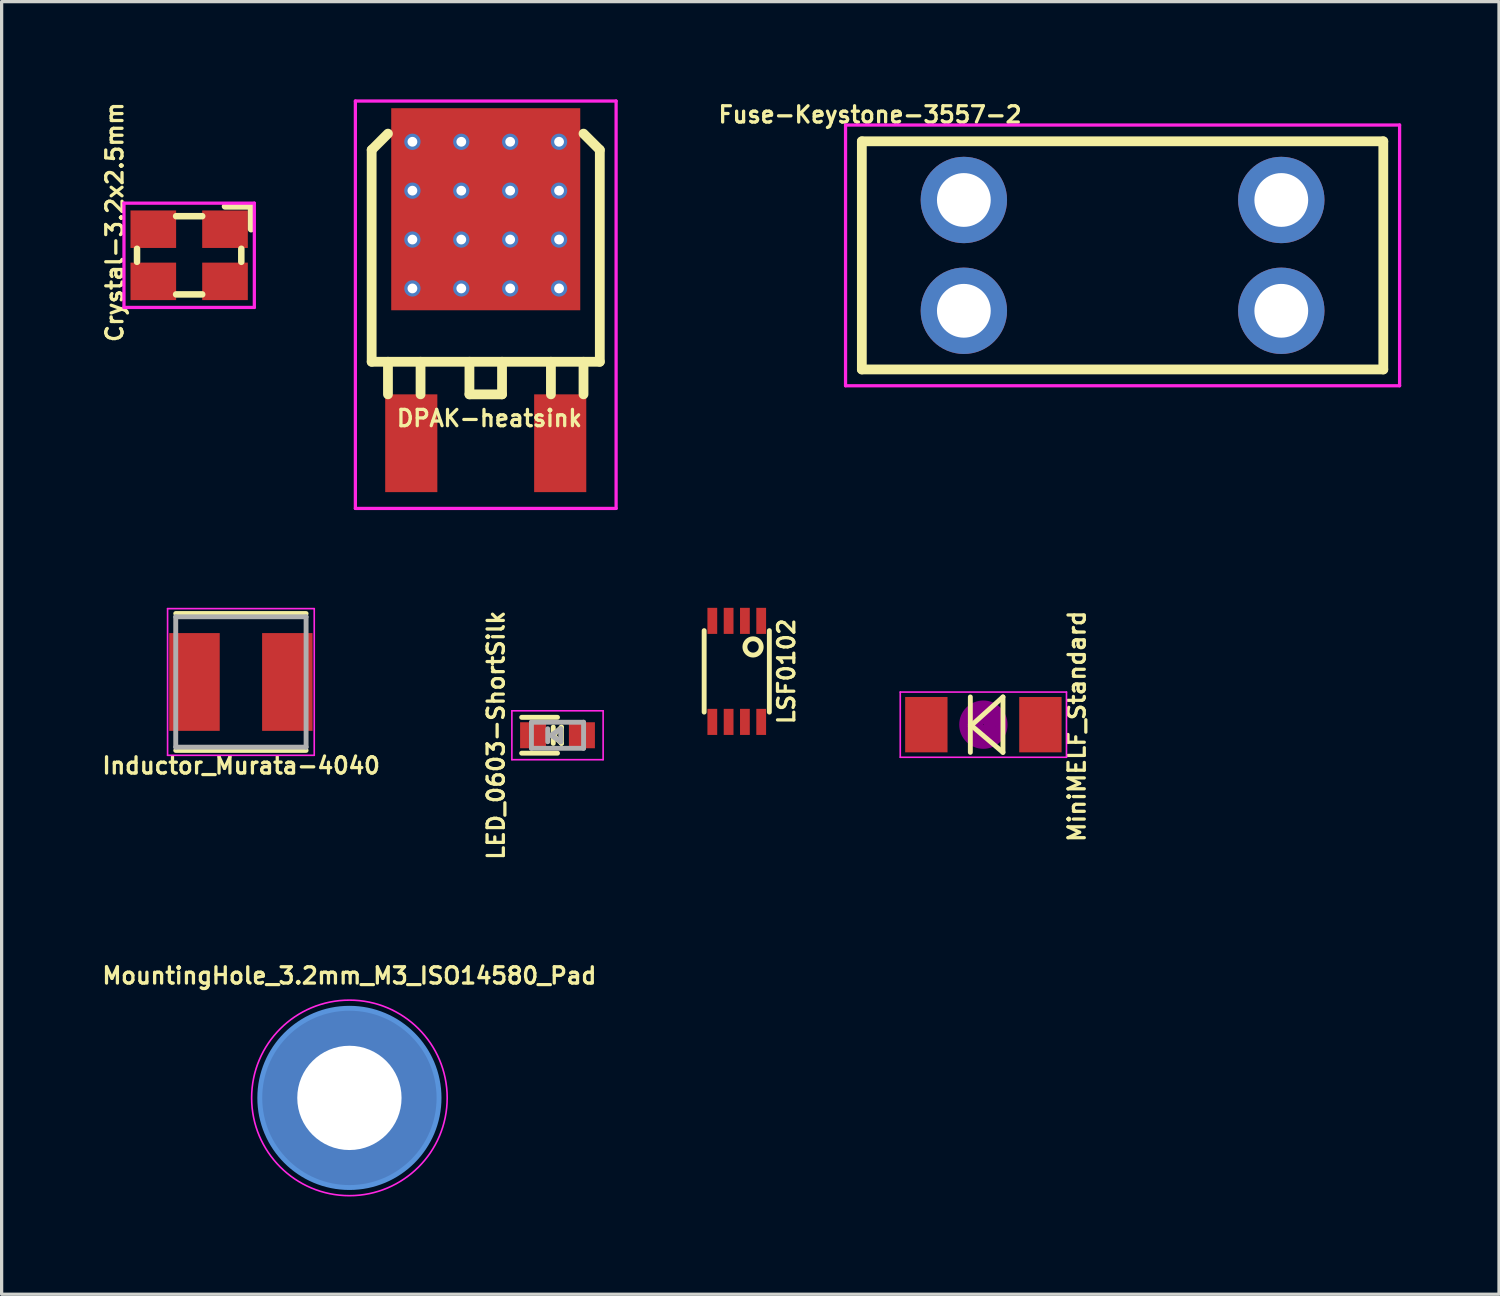
<source format=kicad_pcb>
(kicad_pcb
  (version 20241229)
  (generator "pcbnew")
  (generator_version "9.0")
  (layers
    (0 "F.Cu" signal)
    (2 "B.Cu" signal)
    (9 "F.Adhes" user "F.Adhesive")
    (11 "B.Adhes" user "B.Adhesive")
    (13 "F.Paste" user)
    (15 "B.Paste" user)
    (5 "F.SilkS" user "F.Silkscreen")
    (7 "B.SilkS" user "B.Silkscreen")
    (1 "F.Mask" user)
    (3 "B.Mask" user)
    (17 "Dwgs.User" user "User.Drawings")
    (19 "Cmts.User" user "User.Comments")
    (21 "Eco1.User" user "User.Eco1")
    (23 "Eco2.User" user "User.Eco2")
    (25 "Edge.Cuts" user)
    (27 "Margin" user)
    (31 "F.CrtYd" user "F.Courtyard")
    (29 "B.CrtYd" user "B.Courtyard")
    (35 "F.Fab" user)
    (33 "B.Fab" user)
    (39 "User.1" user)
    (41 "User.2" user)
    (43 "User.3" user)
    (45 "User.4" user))
  (footprint "MiniMELF_Standard"
    (layer "F.Cu")
    (at 27.123 19.185)
    (property "Reference" "MiniMELF_Standard" (at 2.87 0.051 90) (layer "F.SilkS") (effects (font (size 0.5 0.5) (thickness 0.1))))
    (attr smd)
    (fp_line (start -0.4 -0.85) (end -0.4 0.85) (stroke (width 0.15) (type solid)) (layer "F.SilkS"))
    (fp_line (start -0.4 0.051) (end 0.601 -0.85) (stroke (width 0.15) (type solid)) (layer "F.SilkS"))
    (fp_line (start 0.601 -0.85) (end 0.601 0.85) (stroke (width 0.15) (type solid)) (layer "F.SilkS"))
    (fp_line (start 0.601 0.85) (end -0.4 0) (stroke (width 0.15) (type solid)) (layer "F.SilkS"))
    (fp_circle (center 0 0) (end 0 0.201) (stroke (width 0.381) (type solid)) (fill no) (layer "F.Adhes"))
    (fp_circle (center 0 0) (end 0 0.551) (stroke (width 0.381) (type solid)) (fill no) (layer "F.Adhes"))
    (fp_line (start -2.55 -1) (end 2.55 -1) (stroke (width 0.05) (type solid)) (layer "F.CrtYd"))
    (fp_line (start -2.55 1) (end -2.55 -1) (stroke (width 0.05) (type solid)) (layer "F.CrtYd"))
    (fp_line (start 2.55 -1) (end 2.55 1) (stroke (width 0.05) (type solid)) (layer "F.CrtYd"))
    (fp_line (start 2.55 1) (end -2.55 1) (stroke (width 0.05) (type solid)) (layer "F.CrtYd"))
    (pad "1" smd rect (at -1.75 0) (size 1.3 1.699) (layers "F.Cu" "F.Mask" "F.Paste"))
    (pad "2" smd rect (at 1.75 0) (size 1.3 1.699) (layers "F.Cu" "F.Mask" "F.Paste")))
  (footprint "DPAK-heatsink"
    (layer "F.Cu")
    (at 11.854 10.55)
    (property "Reference" "DPAK-heatsink" (at 0.113 -0.765 180) (layer "F.SilkS") (effects (font (size 0.5 0.5) (thickness 0.1))))
    (attr smd)
    (fp_line (start -3.5 -9) (end -3 -9.5) (stroke (width 0.3) (type solid)) (layer "F.SilkS"))
    (fp_line (start -3.5 -2.5) (end -3.5 -9) (stroke (width 0.3) (type solid)) (layer "F.SilkS"))
    (fp_line (start -3 -2.5) (end -3 -1.5) (stroke (width 0.3) (type solid)) (layer "F.SilkS"))
    (fp_line (start -2 -2.5) (end -2 -1.5) (stroke (width 0.3) (type solid)) (layer "F.SilkS"))
    (fp_line (start -0.5 -2.5) (end -0.5 -1.5) (stroke (width 0.3) (type solid)) (layer "F.SilkS"))
    (fp_line (start -0.5 -1.5) (end 0.5 -1.5) (stroke (width 0.3) (type solid)) (layer "F.SilkS"))
    (fp_line (start 0.5 -1.5) (end 0.5 -2.5) (stroke (width 0.3) (type solid)) (layer "F.SilkS"))
    (fp_line (start 2 -2.5) (end 2 -1.5) (stroke (width 0.3) (type solid)) (layer "F.SilkS"))
    (fp_line (start 3 -9.5) (end 3.5 -9) (stroke (width 0.3) (type solid)) (layer "F.SilkS"))
    (fp_line (start 3 -2.5) (end 3 -1.5) (stroke (width 0.3) (type solid)) (layer "F.SilkS"))
    (fp_line (start 3.5 -9) (end 3.5 -2.5) (stroke (width 0.3) (type solid)) (layer "F.SilkS"))
    (fp_line (start 3.5 -2.5) (end -3.5 -2.5) (stroke (width 0.3) (type solid)) (layer "F.SilkS"))
    (fp_line (start -4 -10.5) (end 4 -10.5) (stroke (width 0.1) (type solid)) (layer "F.CrtYd"))
    (fp_line (start -4 2) (end -4 -10.5) (stroke (width 0.1) (type solid)) (layer "F.CrtYd"))
    (fp_line (start 4 -10.5) (end 4 2) (stroke (width 0.1) (type solid)) (layer "F.CrtYd"))
    (fp_line (start 4 2) (end -4 2) (stroke (width 0.1) (type solid)) (layer "F.CrtYd"))
    (pad "1" smd rect (at -2.285 0) (size 1.6 3) (layers "F.Cu" "F.Mask" "F.Paste"))
    (pad "2" thru_hole circle (at -2.25 -9.25) (size 0.5 0.5) (drill 0.3) (layers "*.Cu" "*.Mask"))
    (pad "2" thru_hole circle (at -2.25 -7.75) (size 0.5 0.5) (drill 0.3) (layers "*.Cu" "*.Mask"))
    (pad "2" thru_hole circle (at -2.25 -6.25) (size 0.5 0.5) (drill 0.3) (layers "*.Cu" "*.Mask"))
    (pad "2" thru_hole circle (at -2.25 -4.75) (size 0.5 0.5) (drill 0.3) (layers "*.Cu" "*.Mask"))
    (pad "2" thru_hole circle (at -0.75 -9.25) (size 0.5 0.5) (drill 0.3) (layers "*.Cu" "*.Mask"))
    (pad "2" thru_hole circle (at -0.75 -7.75) (size 0.5 0.5) (drill 0.3) (layers "*.Cu" "*.Mask"))
    (pad "2" thru_hole circle (at -0.75 -6.25) (size 0.5 0.5) (drill 0.3) (layers "*.Cu" "*.Mask"))
    (pad "2" thru_hole circle (at -0.75 -4.75) (size 0.5 0.5) (drill 0.3) (layers "*.Cu" "*.Mask"))
    (pad "2" smd rect (at 0 -7.18) (size 5.8 6.2) (layers "F.Cu" "F.Mask" "F.Paste"))
    (pad "2" thru_hole circle (at 0.75 -9.25) (size 0.5 0.5) (drill 0.3) (layers "*.Cu" "*.Mask"))
    (pad "2" thru_hole circle (at 0.75 -7.75) (size 0.5 0.5) (drill 0.3) (layers "*.Cu" "*.Mask"))
    (pad "2" thru_hole circle (at 0.75 -6.25) (size 0.5 0.5) (drill 0.3) (layers "*.Cu" "*.Mask"))
    (pad "2" thru_hole circle (at 0.75 -4.75) (size 0.5 0.5) (drill 0.3) (layers "*.Cu" "*.Mask"))
    (pad "2" thru_hole circle (at 2.25 -9.25) (size 0.5 0.5) (drill 0.3) (layers "*.Cu" "*.Mask"))
    (pad "2" thru_hole circle (at 2.25 -7.75) (size 0.5 0.5) (drill 0.3) (layers "*.Cu" "*.Mask"))
    (pad "2" thru_hole circle (at 2.25 -6.25) (size 0.5 0.5) (drill 0.3) (layers "*.Cu" "*.Mask"))
    (pad "2" thru_hole circle (at 2.25 -4.75) (size 0.5 0.5) (drill 0.3) (layers "*.Cu" "*.Mask"))
    (pad "3" smd rect (at 2.285 0) (size 1.6 3) (layers "F.Cu" "F.Mask" "F.Paste")))
  (footprint "Inductor_Murata-4040"
    (layer "F.Cu")
    (at 4.342 17.875)
    (property "Reference" "Inductor_Murata-4040" (at 0.008 2.568 0) (layer "F.SilkS") (effects (font (size 0.5 0.5) (thickness 0.1))))
    (attr smd)
    (fp_line (start -2 -2.1) (end 2 -2.1) (stroke (width 0.15) (type solid)) (layer "F.SilkS"))
    (fp_line (start -2 2.1) (end 2 2.1) (stroke (width 0.15) (type solid)) (layer "F.SilkS"))
    (fp_line (start -2.25 -2.25) (end -2.25 2.25) (stroke (width 0.05) (type solid)) (layer "F.CrtYd"))
    (fp_line (start -2.25 2.25) (end 2.25 2.25) (stroke (width 0.05) (type solid)) (layer "F.CrtYd"))
    (fp_line (start 2.25 -2.25) (end -2.25 -2.25) (stroke (width 0.05) (type solid)) (layer "F.CrtYd"))
    (fp_line (start 2.25 2.25) (end 2.25 -2.25) (stroke (width 0.05) (type solid)) (layer "F.CrtYd"))
    (fp_line (start -2 -2) (end -2 2) (stroke (width 0.15) (type solid)) (layer "F.Fab"))
    (fp_line (start -2 2) (end 2 2) (stroke (width 0.15) (type solid)) (layer "F.Fab"))
    (fp_line (start 2 -2) (end -2 -2) (stroke (width 0.15) (type solid)) (layer "F.Fab"))
    (fp_line (start 2 2) (end 2 -2) (stroke (width 0.15) (type solid)) (layer "F.Fab"))
    (pad "1" smd rect (at -1.425 0) (size 1.55 3) (layers "F.Cu" "F.Mask" "F.Paste"))
    (pad "2" smd rect (at 1.425 0) (size 1.55 3) (layers "F.Cu" "F.Mask" "F.Paste")))
  (footprint "LSF0102"
    (layer "F.Cu")
    (at 19.556 17.55)
    (property "Reference" "LSF0102" (at 1.524 0 270) (layer "F.SilkS") (effects (font (size 0.5 0.5) (thickness 0.1))))
    (attr smd)
    (fp_line (start -1 1.25) (end -1 -1.25) (stroke (width 0.15) (type solid)) (layer "F.SilkS"))
    (fp_line (start 1 -1.25) (end 1 1.25) (stroke (width 0.15) (type solid)) (layer "F.SilkS"))
    (fp_circle (center 0.5 -0.75) (end 0.25 -0.75) (stroke (width 0.15) (type solid)) (fill no) (layer "F.SilkS"))
    (pad "1" smd rect (at 0.75 -1.55 180) (size 0.3 0.8) (layers "F.Cu" "F.Mask" "F.Paste"))
    (pad "2" smd rect (at 0.25 -1.55 180) (size 0.3 0.8) (layers "F.Cu" "F.Mask" "F.Paste"))
    (pad "3" smd rect (at -0.25 -1.55 180) (size 0.3 0.8) (layers "F.Cu" "F.Mask" "F.Paste"))
    (pad "4" smd rect (at -0.75 -1.55 180) (size 0.3 0.8) (layers "F.Cu" "F.Mask" "F.Paste"))
    (pad "5" smd rect (at -0.75 1.55 180) (size 0.3 0.8) (layers "F.Cu" "F.Mask" "F.Paste"))
    (pad "6" smd rect (at -0.25 1.55 180) (size 0.3 0.8) (layers "F.Cu" "F.Mask" "F.Paste"))
    (pad "7" smd rect (at 0.25 1.55 180) (size 0.3 0.8) (layers "F.Cu" "F.Mask" "F.Paste"))
    (pad "8" smd rect (at 0.75 1.55 180) (size 0.3 0.8) (layers "F.Cu" "F.Mask" "F.Paste")))
  (footprint "MountingHole_3.2mm_M3_ISO14580_Pad"
    (layer "F.Cu")
    (at 7.671 30.637)
    (property "Reference" "MountingHole_3.2mm_M3_ISO14580_Pad" (at 0 -3.75 0) (layer "F.SilkS") (effects (font (size 0.5 0.5) (thickness 0.1))))
    (attr through_hole)
    (fp_circle (center 0 0) (end 2.75 0) (stroke (width 0.15) (type solid)) (fill no) (layer "Cmts.User"))
    (fp_circle (center 0 0) (end 3 0) (stroke (width 0.05) (type solid)) (fill no) (layer "F.CrtYd"))
    (pad "1" thru_hole circle (at 0 0) (size 5.5 5.5) (drill 3.2) (layers "*.Cu" "*.Mask")))
  (footprint "Crystal-3.2x2.5mm"
    (layer "F.Cu")
    (at 2.754 4.783)
    (property "Reference" "Crystal-3.2x2.5mm" (at -2.286 -1.016 90) (layer "F.SilkS") (effects (font (size 0.5 0.5) (thickness 0.1))))
    (attr smd)
    (fp_line (start -1.6 -0.2) (end -1.6 0.2) (stroke (width 0.2) (type solid)) (layer "F.SilkS"))
    (fp_line (start -0.4 -1.2) (end 0.4 -1.2) (stroke (width 0.2) (type solid)) (layer "F.SilkS"))
    (fp_line (start 0.4 1.2) (end -0.4 1.2) (stroke (width 0.2) (type solid)) (layer "F.SilkS"))
    (fp_line (start 1.1 -1.5) (end 1.9 -1.5) (stroke (width 0.2) (type solid)) (layer "F.SilkS"))
    (fp_line (start 1.6 -0.2) (end 1.6 0.2) (stroke (width 0.2) (type solid)) (layer "F.SilkS"))
    (fp_line (start 1.9 -1.5) (end 1.9 -0.8) (stroke (width 0.2) (type solid)) (layer "F.SilkS"))
    (fp_line (start -2 -1.6) (end 2 -1.6) (stroke (width 0.1) (type solid)) (layer "F.CrtYd"))
    (fp_line (start -2 1.6) (end -2 -1.6) (stroke (width 0.1) (type solid)) (layer "F.CrtYd"))
    (fp_line (start 2 -1.6) (end 2 1.6) (stroke (width 0.1) (type solid)) (layer "F.CrtYd"))
    (fp_line (start 2 1.6) (end -2 1.6) (stroke (width 0.1) (type solid)) (layer "F.CrtYd"))
    (pad "1" smd rect (at 1.1 -0.8) (size 1.4 1.15) (layers "F.Cu" "F.Mask" "F.Paste"))
    (pad "2" smd rect (at -1.1 -0.8) (size 1.4 1.15) (layers "F.Cu" "F.Mask" "F.Paste"))
    (pad "3" smd rect (at -1.1 0.8) (size 1.4 1.15) (layers "F.Cu" "F.Mask" "F.Paste"))
    (pad "4" smd rect (at 1.1 0.8) (size 1.4 1.15) (layers "F.Cu" "F.Mask" "F.Paste")))
  (footprint "LED_0603-ShortSilk"
    (layer "F.Cu")
    (at 14.056 19.51)
    (property "Reference" "LED_0603-ShortSilk" (at -1.888 0 90) (layer "F.SilkS") (effects (font (size 0.5 0.5) (thickness 0.1))))
    (attr smd)
    (fp_line (start -1.1 -0.55) (end 0.000045 -0.55) (stroke (width 0.15) (type solid)) (layer "F.SilkS"))
    (fp_line (start -1.1 0.55) (end 0 0.55) (stroke (width 0.15) (type solid)) (layer "F.SilkS"))
    (fp_line (start -0.13 -0.25) (end -0.13 0.25) (stroke (width 0.15) (type solid)) (layer "F.SilkS"))
    (fp_line (start -0.13 0) (end 0.12 -0.25) (stroke (width 0.15) (type solid)) (layer "F.SilkS"))
    (fp_line (start 0.12 -0.25) (end 0.12 0.25) (stroke (width 0.15) (type solid)) (layer "F.SilkS"))
    (fp_line (start 0.12 0.25) (end -0.13 0) (stroke (width 0.15) (type solid)) (layer "F.SilkS"))
    (fp_line (start -1.4 -0.75) (end 1.4 -0.75) (stroke (width 0.05) (type solid)) (layer "F.CrtYd"))
    (fp_line (start -1.4 0.75) (end -1.4 -0.75) (stroke (width 0.05) (type solid)) (layer "F.CrtYd"))
    (fp_line (start 1.4 -0.75) (end 1.4 0.75) (stroke (width 0.05) (type solid)) (layer "F.CrtYd"))
    (fp_line (start 1.4 0.75) (end -1.4 0.75) (stroke (width 0.05) (type solid)) (layer "F.CrtYd"))
    (fp_line (start -0.8 -0.4) (end 0.8 -0.4) (stroke (width 0.15) (type solid)) (layer "F.Fab"))
    (fp_line (start -0.8 0.4) (end -0.8 -0.4) (stroke (width 0.15) (type solid)) (layer "F.Fab"))
    (fp_line (start -0.3 -0.2) (end -0.3 0.2) (stroke (width 0.15) (type solid)) (layer "F.Fab"))
    (fp_line (start -0.2 0) (end 0.1 -0.2) (stroke (width 0.15) (type solid)) (layer "F.Fab"))
    (fp_line (start 0.1 -0.2) (end 0.1 0.2) (stroke (width 0.15) (type solid)) (layer "F.Fab"))
    (fp_line (start 0.1 0.2) (end -0.2 0) (stroke (width 0.15) (type solid)) (layer "F.Fab"))
    (fp_line (start 0.8 -0.4) (end 0.8 0.4) (stroke (width 0.15) (type solid)) (layer "F.Fab"))
    (fp_line (start 0.8 0.4) (end -0.8 0.4) (stroke (width 0.15) (type solid)) (layer "F.Fab"))
    (pad "1" smd rect (at -0.749 0 180) (size 0.798 0.798) (layers "F.Cu" "F.Mask" "F.Paste"))
    (pad "2" smd rect (at 0.749 0 180) (size 0.798 0.798) (layers "F.Cu" "F.Mask" "F.Paste")))
  (footprint "Fuse-Keystone-3557-2"
    (layer "F.Cu")
    (at 31.394 4.786)
    (property "Reference" "Fuse-Keystone-3557-2" (at -7.747 -4.318 180) (layer "F.SilkS") (effects (font (size 0.5 0.5) (thickness 0.1))))
    (attr through_hole)
    (fp_line (start -8 -3.5) (end -8 3.5) (stroke (width 0.3) (type solid)) (layer "F.SilkS"))
    (fp_line (start -8 3.5) (end 8 3.5) (stroke (width 0.3) (type solid)) (layer "F.SilkS"))
    (fp_line (start 8 -3.5) (end -8 -3.5) (stroke (width 0.3) (type solid)) (layer "F.SilkS"))
    (fp_line (start 8 3.5) (end 8 -3.5) (stroke (width 0.3) (type solid)) (layer "F.SilkS"))
    (fp_line (start -8.5 -4) (end 8.5 -4) (stroke (width 0.1) (type solid)) (layer "F.CrtYd"))
    (fp_line (start -8.5 4) (end -8.5 -4) (stroke (width 0.1) (type solid)) (layer "F.CrtYd"))
    (fp_line (start 8.5 -4) (end 8.5 4) (stroke (width 0.1) (type solid)) (layer "F.CrtYd"))
    (fp_line (start 8.5 4) (end -8.5 4) (stroke (width 0.1) (type solid)) (layer "F.CrtYd"))
    (pad "1" thru_hole circle (at -4.87 -1.7) (size 2.65 2.65) (drill 1.65) (layers "*.Cu" "*.Mask"))
    (pad "1" thru_hole circle (at -4.87 1.7) (size 2.65 2.65) (drill 1.65) (layers "*.Cu" "*.Mask"))
    (pad "2" thru_hole circle (at 4.87 -1.7) (size 2.65 2.65) (drill 1.65) (layers "*.Cu" "*.Mask"))
    (pad "2" thru_hole circle (at 4.87 1.7) (size 2.65 2.65) (drill 1.65) (layers "*.Cu" "*.Mask")))
  (gr_rect
    (start -3 -3)
    (end 42.944 36.662)
    (stroke (width 0.1) (type default))
    (fill no)
    (layer "Edge.Cuts")))
</source>
